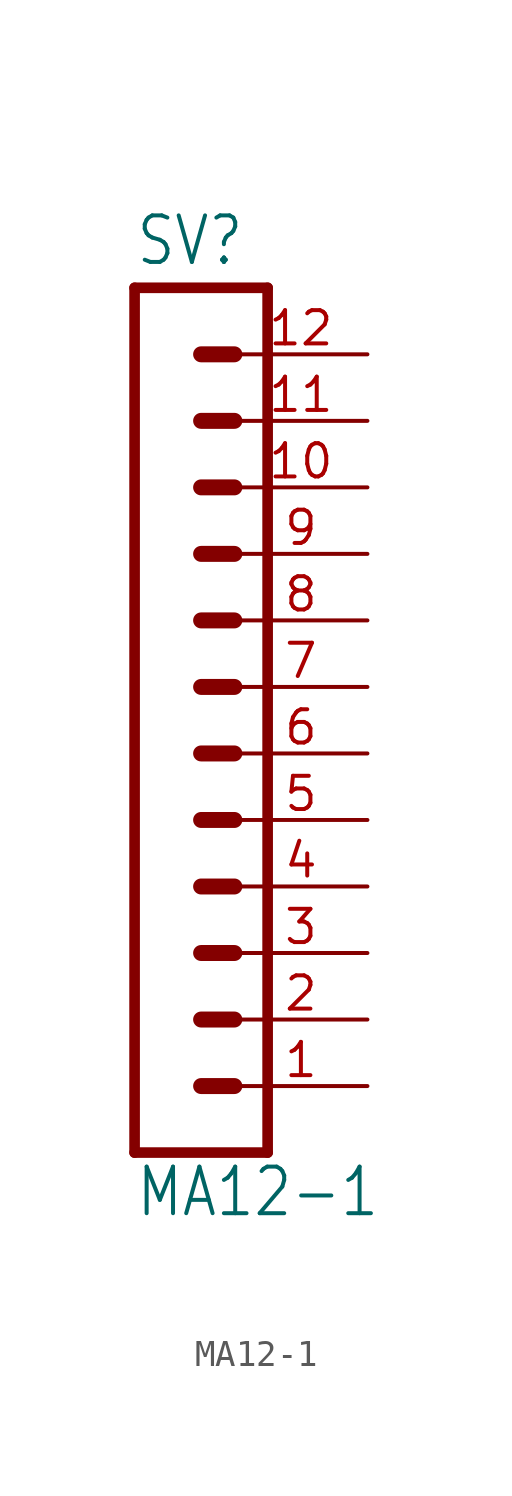
<source format=kicad_sym>
(kicad_symbol_lib
  (version 20211014)
  (generator kicad_symbol_editor)
  (symbol "MA12-1"
    (property "Reference" "SV"
      (at -1.27 18.542 0)
      (effects (font (size 1.778 1.511)) (justify left bottom)))
    (property "Value" "MA12-1"
      (at -1.27 -17.78 0)
      (effects (font (size 1.778 1.511)) (justify left bottom)))
    (property "ki_locked" ""
      (at 0 0 0)
      (effects (font (size 1.27 1.27))))
    (symbol "MA12-1_1_0"
      (polyline (pts (xy -1.27 17.78) (xy -1.27 -15.24)) (stroke (width 0.406) (type default) (color 0 0 0 0)) (fill (type none)))
      (polyline (pts (xy -1.27 17.78) (xy 3.81 17.78)) (stroke (width 0.406) (type default) (color 0 0 0 0)) (fill (type none)))
      (polyline (pts (xy 1.27 -12.7) (xy 2.54 -12.7)) (stroke (width 0.61) (type default) (color 0 0 0 0)) (fill (type none)))
      (polyline (pts (xy 1.27 -10.16) (xy 2.54 -10.16)) (stroke (width 0.61) (type default) (color 0 0 0 0)) (fill (type none)))
      (polyline (pts (xy 1.27 -7.62) (xy 2.54 -7.62)) (stroke (width 0.61) (type default) (color 0 0 0 0)) (fill (type none)))
      (polyline (pts (xy 1.27 -5.08) (xy 2.54 -5.08)) (stroke (width 0.61) (type default) (color 0 0 0 0)) (fill (type none)))
      (polyline (pts (xy 1.27 -2.54) (xy 2.54 -2.54)) (stroke (width 0.61) (type default) (color 0 0 0 0)) (fill (type none)))
      (polyline (pts (xy 1.27 0) (xy 2.54 0)) (stroke (width 0.61) (type default) (color 0 0 0 0)) (fill (type none)))
      (polyline (pts (xy 1.27 2.54) (xy 2.54 2.54)) (stroke (width 0.61) (type default) (color 0 0 0 0)) (fill (type none)))
      (polyline (pts (xy 1.27 5.08) (xy 2.54 5.08)) (stroke (width 0.61) (type default) (color 0 0 0 0)) (fill (type none)))
      (polyline (pts (xy 1.27 7.62) (xy 2.54 7.62)) (stroke (width 0.61) (type default) (color 0 0 0 0)) (fill (type none)))
      (polyline (pts (xy 1.27 10.16) (xy 2.54 10.16)) (stroke (width 0.61) (type default) (color 0 0 0 0)) (fill (type none)))
      (polyline (pts (xy 1.27 12.7) (xy 2.54 12.7)) (stroke (width 0.61) (type default) (color 0 0 0 0)) (fill (type none)))
      (polyline (pts (xy 1.27 15.24) (xy 2.54 15.24)) (stroke (width 0.61) (type default) (color 0 0 0 0)) (fill (type none)))
      (polyline (pts (xy 3.81 -15.24) (xy -1.27 -15.24)) (stroke (width 0.406) (type default) (color 0 0 0 0)) (fill (type none)))
      (polyline (pts (xy 3.81 -15.24) (xy 3.81 17.78)) (stroke (width 0.406) (type default) (color 0 0 0 0)) (fill (type none)))
      (pin passive line (at 7.62 -12.7 180) (length 5.08) (name "1" (effects (font (size 0 0)))) (number "1" (effects (font (size 1.27 1.27)))))
      (pin passive line (at 7.62 10.16 180) (length 5.08) (name "10" (effects (font (size 0 0)))) (number "10" (effects (font (size 1.27 1.27)))))
      (pin passive line (at 7.62 12.7 180) (length 5.08) (name "11" (effects (font (size 0 0)))) (number "11" (effects (font (size 1.27 1.27)))))
      (pin passive line (at 7.62 15.24 180) (length 5.08) (name "12" (effects (font (size 0 0)))) (number "12" (effects (font (size 1.27 1.27)))))
      (pin passive line (at 7.62 -10.16 180) (length 5.08) (name "2" (effects (font (size 0 0)))) (number "2" (effects (font (size 1.27 1.27)))))
      (pin passive line (at 7.62 -7.62 180) (length 5.08) (name "3" (effects (font (size 0 0)))) (number "3" (effects (font (size 1.27 1.27)))))
      (pin passive line (at 7.62 -5.08 180) (length 5.08) (name "4" (effects (font (size 0 0)))) (number "4" (effects (font (size 1.27 1.27)))))
      (pin passive line (at 7.62 -2.54 180) (length 5.08) (name "5" (effects (font (size 0 0)))) (number "5" (effects (font (size 1.27 1.27)))))
      (pin passive line (at 7.62 0 180) (length 5.08) (name "6" (effects (font (size 0 0)))) (number "6" (effects (font (size 1.27 1.27)))))
      (pin passive line (at 7.62 2.54 180) (length 5.08) (name "7" (effects (font (size 0 0)))) (number "7" (effects (font (size 1.27 1.27)))))
      (pin passive line (at 7.62 5.08 180) (length 5.08) (name "8" (effects (font (size 0 0)))) (number "8" (effects (font (size 1.27 1.27)))))
      (pin passive line (at 7.62 7.62 180) (length 5.08) (name "9" (effects (font (size 0 0)))) (number "9" (effects (font (size 1.27 1.27))))))))
</source>
